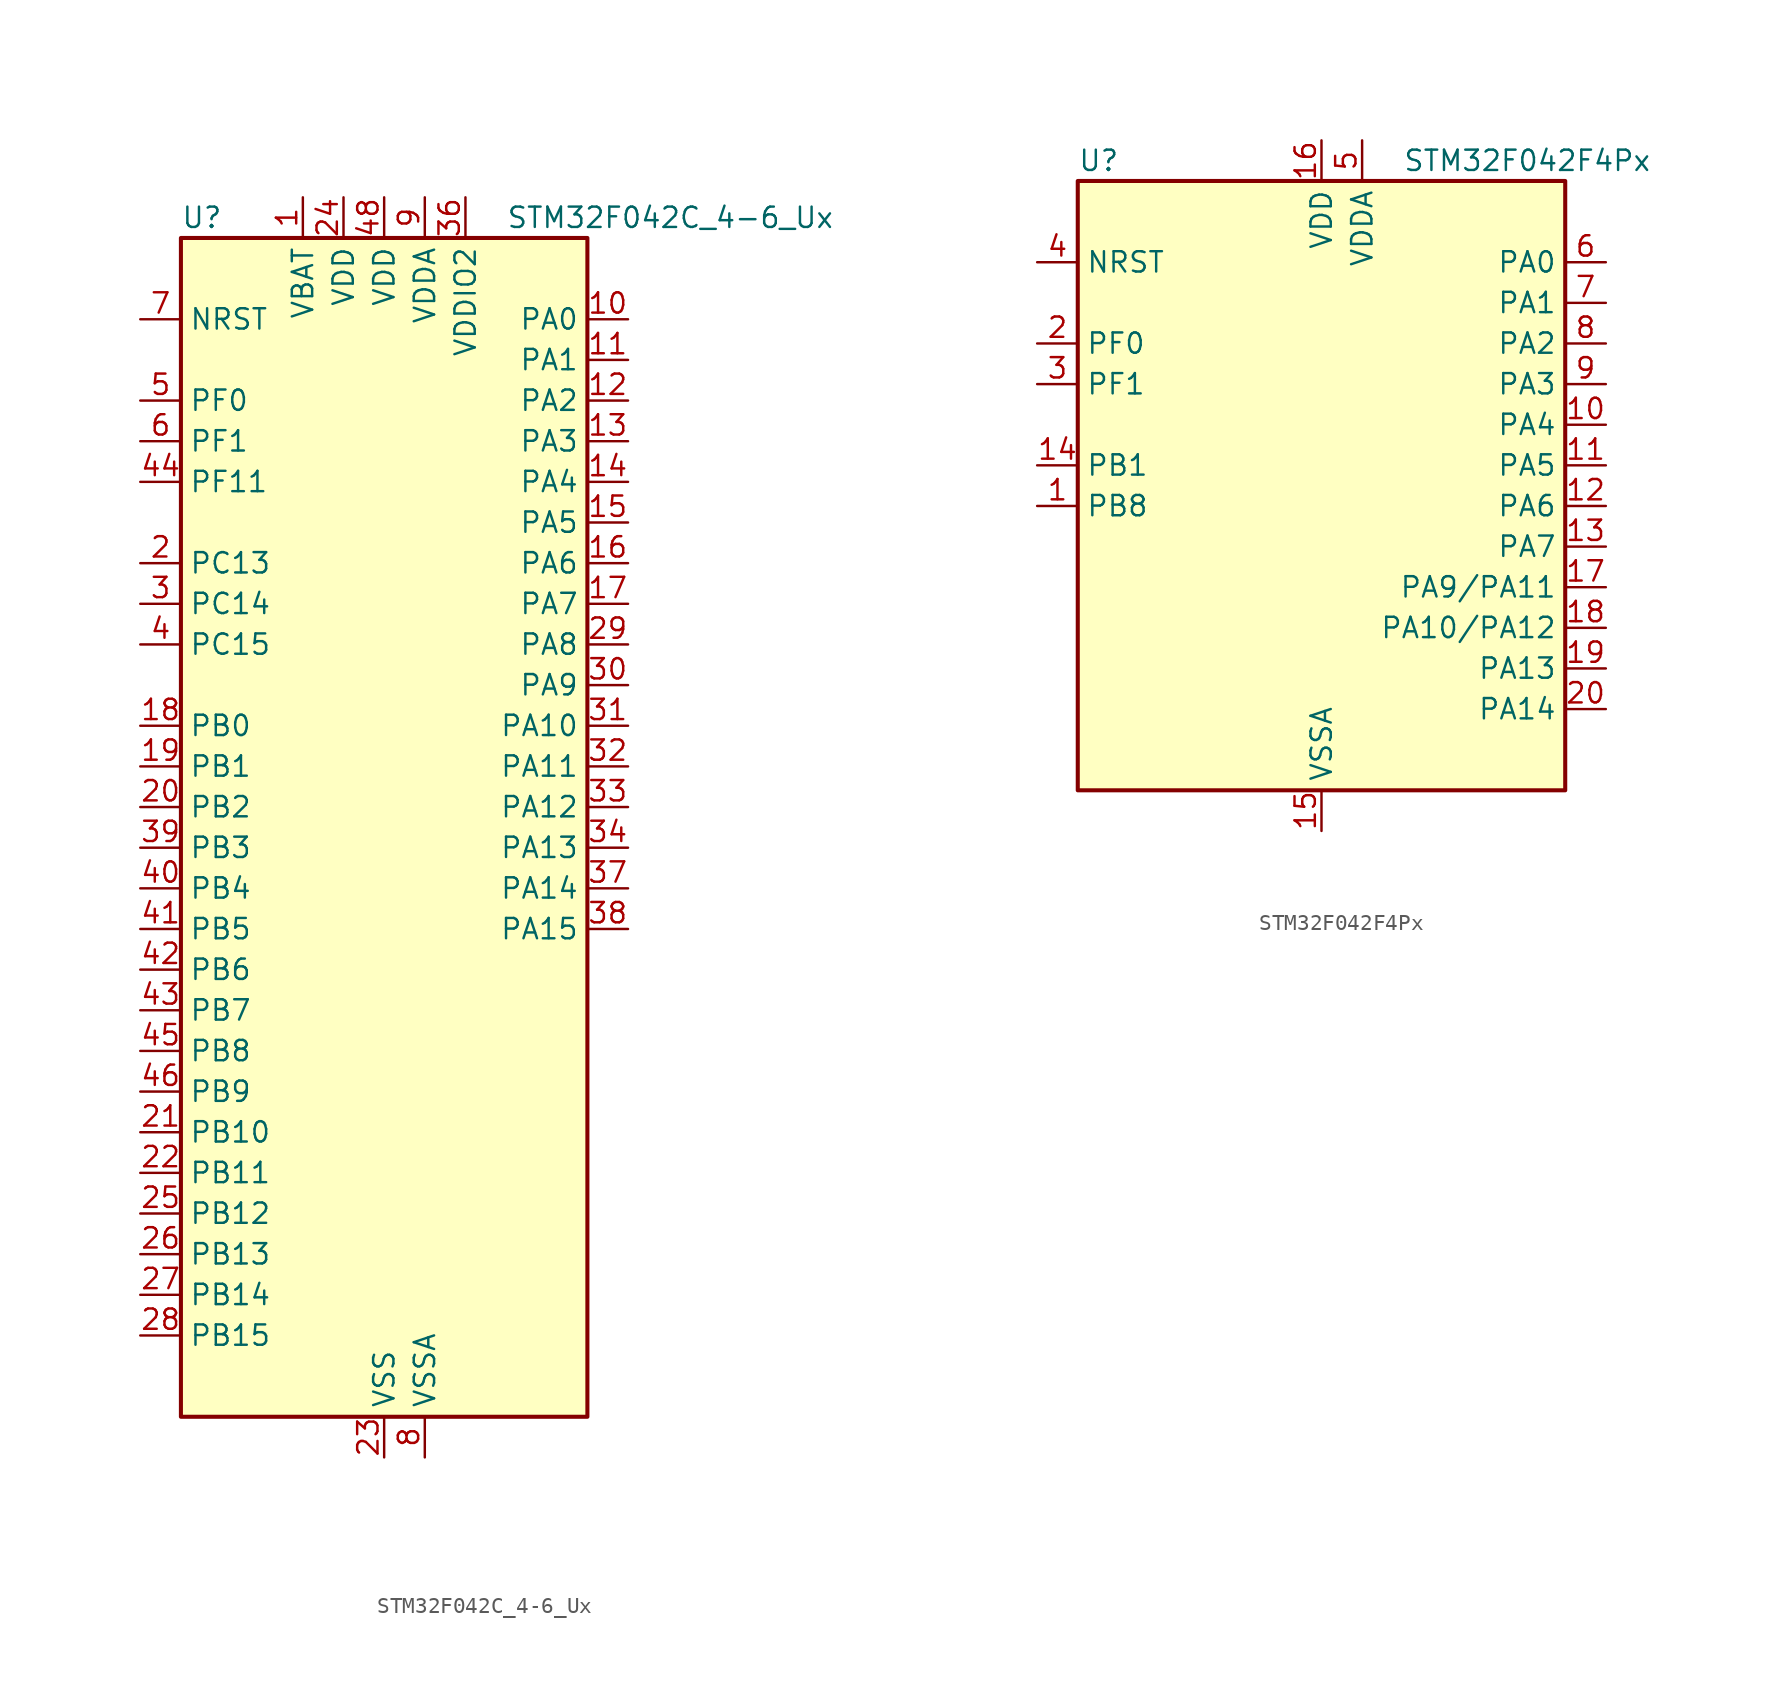
<source format=kicad_sym>
(kicad_symbol_lib
  (version 20241209)
  (generator "kicad_symbol_editor")
  (generator_version "9.0")
  (symbol "STM32F042C_4-6_Ux"
    (property "Reference" "U"
      (at -12.7 39.37 0)
      (effects (font (size 1.27 1.27)) (justify left)))
    (property "Value" "STM32F042C_4-6_Ux"
      (at 7.62 39.37 0)
      (effects (font (size 1.27 1.27)) (justify left)))
    (symbol "STM32F042C_4-6_Ux_0_1"
      (rectangle (start -12.7 -35.56) (end 12.7 38.1) (stroke (width 0.254) (type default)) (fill (type background))))
    (symbol "STM32F042C_4-6_Ux_1_1"
      (pin input line (at -15.24 33.02 0) (length 2.54) (name "NRST" (effects (font (size 1.27 1.27)))) (number "7" (effects (font (size 1.27 1.27)))))
      (pin bidirectional line (at -15.24 27.94 0) (length 2.54) (name "PF0" (effects (font (size 1.27 1.27)))) (number "5" (effects (font (size 1.27 1.27)))) (alternate "CRS_SYNC" bidirectional line) (alternate "I2C1_SDA" bidirectional line) (alternate "RCC_OSC_IN" bidirectional line))
      (pin bidirectional line (at -15.24 25.4 0) (length 2.54) (name "PF1" (effects (font (size 1.27 1.27)))) (number "6" (effects (font (size 1.27 1.27)))) (alternate "I2C1_SCL" bidirectional line) (alternate "RCC_OSC_OUT" bidirectional line))
      (pin bidirectional line (at -15.24 22.86 0) (length 2.54) (name "PF11" (effects (font (size 1.27 1.27)))) (number "44" (effects (font (size 1.27 1.27)))))
      (pin bidirectional line (at -15.24 17.78 0) (length 2.54) (name "PC13" (effects (font (size 1.27 1.27)))) (number "2" (effects (font (size 1.27 1.27)))) (alternate "RTC_OUT_ALARM" bidirectional line) (alternate "RTC_OUT_CALIB" bidirectional line) (alternate "RTC_TAMP1" bidirectional line) (alternate "RTC_TS" bidirectional line) (alternate "SYS_WKUP2" bidirectional line))
      (pin bidirectional line (at -15.24 15.24 0) (length 2.54) (name "PC14" (effects (font (size 1.27 1.27)))) (number "3" (effects (font (size 1.27 1.27)))) (alternate "RCC_OSC32_IN" bidirectional line))
      (pin bidirectional line (at -15.24 12.7 0) (length 2.54) (name "PC15" (effects (font (size 1.27 1.27)))) (number "4" (effects (font (size 1.27 1.27)))) (alternate "RCC_OSC32_OUT" bidirectional line))
      (pin bidirectional line (at -15.24 7.62 0) (length 2.54) (name "PB0" (effects (font (size 1.27 1.27)))) (number "18" (effects (font (size 1.27 1.27)))) (alternate "ADC_IN8" bidirectional line) (alternate "TIM1_CH2N" bidirectional line) (alternate "TIM3_CH3" bidirectional line) (alternate "TSC_G3_IO2" bidirectional line))
      (pin bidirectional line (at -15.24 5.08 0) (length 2.54) (name "PB1" (effects (font (size 1.27 1.27)))) (number "19" (effects (font (size 1.27 1.27)))) (alternate "ADC_IN9" bidirectional line) (alternate "TIM14_CH1" bidirectional line) (alternate "TIM1_CH3N" bidirectional line) (alternate "TIM3_CH4" bidirectional line) (alternate "TSC_G3_IO3" bidirectional line))
      (pin bidirectional line (at -15.24 2.54 0) (length 2.54) (name "PB2" (effects (font (size 1.27 1.27)))) (number "20" (effects (font (size 1.27 1.27)))) (alternate "TSC_G3_IO4" bidirectional line))
      (pin bidirectional line (at -15.24 0 0) (length 2.54) (name "PB3" (effects (font (size 1.27 1.27)))) (number "39" (effects (font (size 1.27 1.27)))) (alternate "I2S1_CK" bidirectional line) (alternate "SPI1_SCK" bidirectional line) (alternate "TIM2_CH2" bidirectional line) (alternate "TSC_G5_IO1" bidirectional line))
      (pin bidirectional line (at -15.24 -2.54 0) (length 2.54) (name "PB4" (effects (font (size 1.27 1.27)))) (number "40" (effects (font (size 1.27 1.27)))) (alternate "I2S1_MCK" bidirectional line) (alternate "SPI1_MISO" bidirectional line) (alternate "TIM17_BKIN" bidirectional line) (alternate "TIM3_CH1" bidirectional line) (alternate "TSC_G5_IO2" bidirectional line))
      (pin bidirectional line (at -15.24 -5.08 0) (length 2.54) (name "PB5" (effects (font (size 1.27 1.27)))) (number "41" (effects (font (size 1.27 1.27)))) (alternate "I2C1_SMBA" bidirectional line) (alternate "I2S1_SD" bidirectional line) (alternate "SPI1_MOSI" bidirectional line) (alternate "SYS_WKUP6" bidirectional line) (alternate "TIM16_BKIN" bidirectional line) (alternate "TIM3_CH2" bidirectional line))
      (pin bidirectional line (at -15.24 -7.62 0) (length 2.54) (name "PB6" (effects (font (size 1.27 1.27)))) (number "42" (effects (font (size 1.27 1.27)))) (alternate "I2C1_SCL" bidirectional line) (alternate "TIM16_CH1N" bidirectional line) (alternate "TSC_G5_IO3" bidirectional line) (alternate "USART1_TX" bidirectional line))
      (pin bidirectional line (at -15.24 -10.16 0) (length 2.54) (name "PB7" (effects (font (size 1.27 1.27)))) (number "43" (effects (font (size 1.27 1.27)))) (alternate "I2C1_SDA" bidirectional line) (alternate "TIM17_CH1N" bidirectional line) (alternate "TSC_G5_IO4" bidirectional line) (alternate "USART1_RX" bidirectional line))
      (pin bidirectional line (at -15.24 -12.7 0) (length 2.54) (name "PB8" (effects (font (size 1.27 1.27)))) (number "45" (effects (font (size 1.27 1.27)))) (alternate "CAN_RX" bidirectional line) (alternate "CEC" bidirectional line) (alternate "I2C1_SCL" bidirectional line) (alternate "TIM16_CH1" bidirectional line) (alternate "TSC_SYNC" bidirectional line))
      (pin bidirectional line (at -15.24 -15.24 0) (length 2.54) (name "PB9" (effects (font (size 1.27 1.27)))) (number "46" (effects (font (size 1.27 1.27)))) (alternate "CAN_TX" bidirectional line) (alternate "I2C1_SDA" bidirectional line) (alternate "IR_OUT" bidirectional line) (alternate "SPI2_NSS" bidirectional line) (alternate "TIM17_CH1" bidirectional line))
      (pin bidirectional line (at -15.24 -17.78 0) (length 2.54) (name "PB10" (effects (font (size 1.27 1.27)))) (number "21" (effects (font (size 1.27 1.27)))) (alternate "CEC" bidirectional line) (alternate "I2C1_SCL" bidirectional line) (alternate "SPI2_SCK" bidirectional line) (alternate "TIM2_CH3" bidirectional line) (alternate "TSC_SYNC" bidirectional line))
      (pin bidirectional line (at -15.24 -20.32 0) (length 2.54) (name "PB11" (effects (font (size 1.27 1.27)))) (number "22" (effects (font (size 1.27 1.27)))) (alternate "I2C1_SDA" bidirectional line) (alternate "TIM2_CH4" bidirectional line))
      (pin bidirectional line (at -15.24 -22.86 0) (length 2.54) (name "PB12" (effects (font (size 1.27 1.27)))) (number "25" (effects (font (size 1.27 1.27)))) (alternate "SPI2_NSS" bidirectional line) (alternate "TIM1_BKIN" bidirectional line))
      (pin bidirectional line (at -15.24 -25.4 0) (length 2.54) (name "PB13" (effects (font (size 1.27 1.27)))) (number "26" (effects (font (size 1.27 1.27)))) (alternate "I2C1_SCL" bidirectional line) (alternate "SPI2_SCK" bidirectional line) (alternate "TIM1_CH1N" bidirectional line))
      (pin bidirectional line (at -15.24 -27.94 0) (length 2.54) (name "PB14" (effects (font (size 1.27 1.27)))) (number "27" (effects (font (size 1.27 1.27)))) (alternate "I2C1_SDA" bidirectional line) (alternate "SPI2_MISO" bidirectional line) (alternate "TIM1_CH2N" bidirectional line))
      (pin bidirectional line (at -15.24 -30.48 0) (length 2.54) (name "PB15" (effects (font (size 1.27 1.27)))) (number "28" (effects (font (size 1.27 1.27)))) (alternate "RTC_REFIN" bidirectional line) (alternate "SPI2_MOSI" bidirectional line) (alternate "SYS_WKUP7" bidirectional line) (alternate "TIM1_CH3N" bidirectional line))
      (pin power_in line (at -5.08 40.64 270) (length 2.54) (name "VBAT" (effects (font (size 1.27 1.27)))) (number "1" (effects (font (size 1.27 1.27)))))
      (pin power_in line (at -2.54 40.64 270) (length 2.54) (name "VDD" (effects (font (size 1.27 1.27)))) (number "24" (effects (font (size 1.27 1.27)))))
      (pin power_in line (at 0 40.64 270) (length 2.54) (name "VDD" (effects (font (size 1.27 1.27)))) (number "48" (effects (font (size 1.27 1.27)))))
      (pin power_in line (at 0 -38.1 90) (length 2.54) (name "VSS" (effects (font (size 1.27 1.27)))) (number "23" (effects (font (size 1.27 1.27)))))
      (pin passive line (at 0 -38.1 90) (length 2.54) (hide yes) (name "VSS" (effects (font (size 1.27 1.27)))) (number "35" (effects (font (size 1.27 1.27)))))
      (pin passive line (at 0 -38.1 90) (length 2.54) (hide yes) (name "VSS" (effects (font (size 1.27 1.27)))) (number "47" (effects (font (size 1.27 1.27)))))
      (pin passive line (at 0 -38.1 90) (length 2.54) (hide yes) (name "VSS" (effects (font (size 1.27 1.27)))) (number "49" (effects (font (size 1.27 1.27)))))
      (pin power_in line (at 2.54 40.64 270) (length 2.54) (name "VDDA" (effects (font (size 1.27 1.27)))) (number "9" (effects (font (size 1.27 1.27)))))
      (pin power_in line (at 2.54 -38.1 90) (length 2.54) (name "VSSA" (effects (font (size 1.27 1.27)))) (number "8" (effects (font (size 1.27 1.27)))))
      (pin power_in line (at 5.08 40.64 270) (length 2.54) (name "VDDIO2" (effects (font (size 1.27 1.27)))) (number "36" (effects (font (size 1.27 1.27)))))
      (pin bidirectional line (at 15.24 33.02 180) (length 2.54) (name "PA0" (effects (font (size 1.27 1.27)))) (number "10" (effects (font (size 1.27 1.27)))) (alternate "ADC_IN0" bidirectional line) (alternate "RTC_TAMP2" bidirectional line) (alternate "SYS_WKUP1" bidirectional line) (alternate "TIM2_CH1" bidirectional line) (alternate "TIM2_ETR" bidirectional line) (alternate "TSC_G1_IO1" bidirectional line) (alternate "USART2_CTS" bidirectional line))
      (pin bidirectional line (at 15.24 30.48 180) (length 2.54) (name "PA1" (effects (font (size 1.27 1.27)))) (number "11" (effects (font (size 1.27 1.27)))) (alternate "ADC_IN1" bidirectional line) (alternate "TIM2_CH2" bidirectional line) (alternate "TSC_G1_IO2" bidirectional line) (alternate "USART2_DE" bidirectional line) (alternate "USART2_RTS" bidirectional line))
      (pin bidirectional line (at 15.24 27.94 180) (length 2.54) (name "PA2" (effects (font (size 1.27 1.27)))) (number "12" (effects (font (size 1.27 1.27)))) (alternate "ADC_IN2" bidirectional line) (alternate "SYS_WKUP4" bidirectional line) (alternate "TIM2_CH3" bidirectional line) (alternate "TSC_G1_IO3" bidirectional line) (alternate "USART2_TX" bidirectional line))
      (pin bidirectional line (at 15.24 25.4 180) (length 2.54) (name "PA3" (effects (font (size 1.27 1.27)))) (number "13" (effects (font (size 1.27 1.27)))) (alternate "ADC_IN3" bidirectional line) (alternate "TIM2_CH4" bidirectional line) (alternate "TSC_G1_IO4" bidirectional line) (alternate "USART2_RX" bidirectional line))
      (pin bidirectional line (at 15.24 22.86 180) (length 2.54) (name "PA4" (effects (font (size 1.27 1.27)))) (number "14" (effects (font (size 1.27 1.27)))) (alternate "ADC_IN4" bidirectional line) (alternate "I2S1_WS" bidirectional line) (alternate "SPI1_NSS" bidirectional line) (alternate "TIM14_CH1" bidirectional line) (alternate "TSC_G2_IO1" bidirectional line) (alternate "USART2_CK" bidirectional line) (alternate "USB_NOE" bidirectional line))
      (pin bidirectional line (at 15.24 20.32 180) (length 2.54) (name "PA5" (effects (font (size 1.27 1.27)))) (number "15" (effects (font (size 1.27 1.27)))) (alternate "ADC_IN5" bidirectional line) (alternate "CEC" bidirectional line) (alternate "I2S1_CK" bidirectional line) (alternate "SPI1_SCK" bidirectional line) (alternate "TIM2_CH1" bidirectional line) (alternate "TIM2_ETR" bidirectional line) (alternate "TSC_G2_IO2" bidirectional line))
      (pin bidirectional line (at 15.24 17.78 180) (length 2.54) (name "PA6" (effects (font (size 1.27 1.27)))) (number "16" (effects (font (size 1.27 1.27)))) (alternate "ADC_IN6" bidirectional line) (alternate "I2S1_MCK" bidirectional line) (alternate "SPI1_MISO" bidirectional line) (alternate "TIM16_CH1" bidirectional line) (alternate "TIM1_BKIN" bidirectional line) (alternate "TIM3_CH1" bidirectional line) (alternate "TSC_G2_IO3" bidirectional line))
      (pin bidirectional line (at 15.24 15.24 180) (length 2.54) (name "PA7" (effects (font (size 1.27 1.27)))) (number "17" (effects (font (size 1.27 1.27)))) (alternate "ADC_IN7" bidirectional line) (alternate "I2S1_SD" bidirectional line) (alternate "SPI1_MOSI" bidirectional line) (alternate "TIM14_CH1" bidirectional line) (alternate "TIM17_CH1" bidirectional line) (alternate "TIM1_CH1N" bidirectional line) (alternate "TIM3_CH2" bidirectional line) (alternate "TSC_G2_IO4" bidirectional line))
      (pin bidirectional line (at 15.24 12.7 180) (length 2.54) (name "PA8" (effects (font (size 1.27 1.27)))) (number "29" (effects (font (size 1.27 1.27)))) (alternate "CRS_SYNC" bidirectional line) (alternate "RCC_MCO" bidirectional line) (alternate "TIM1_CH1" bidirectional line) (alternate "USART1_CK" bidirectional line))
      (pin bidirectional line (at 15.24 10.16 180) (length 2.54) (name "PA9" (effects (font (size 1.27 1.27)))) (number "30" (effects (font (size 1.27 1.27)))) (alternate "I2C1_SCL" bidirectional line) (alternate "TIM1_CH2" bidirectional line) (alternate "TSC_G4_IO1" bidirectional line) (alternate "USART1_TX" bidirectional line))
      (pin bidirectional line (at 15.24 7.62 180) (length 2.54) (name "PA10" (effects (font (size 1.27 1.27)))) (number "31" (effects (font (size 1.27 1.27)))) (alternate "I2C1_SDA" bidirectional line) (alternate "TIM17_BKIN" bidirectional line) (alternate "TIM1_CH3" bidirectional line) (alternate "TSC_G4_IO2" bidirectional line) (alternate "USART1_RX" bidirectional line))
      (pin bidirectional line (at 15.24 5.08 180) (length 2.54) (name "PA11" (effects (font (size 1.27 1.27)))) (number "32" (effects (font (size 1.27 1.27)))) (alternate "CAN_RX" bidirectional line) (alternate "I2C1_SCL" bidirectional line) (alternate "TIM1_CH4" bidirectional line) (alternate "TSC_G4_IO3" bidirectional line) (alternate "USART1_CTS" bidirectional line) (alternate "USB_DM" bidirectional line))
      (pin bidirectional line (at 15.24 2.54 180) (length 2.54) (name "PA12" (effects (font (size 1.27 1.27)))) (number "33" (effects (font (size 1.27 1.27)))) (alternate "CAN_TX" bidirectional line) (alternate "I2C1_SDA" bidirectional line) (alternate "TIM1_ETR" bidirectional line) (alternate "TSC_G4_IO4" bidirectional line) (alternate "USART1_DE" bidirectional line) (alternate "USART1_RTS" bidirectional line) (alternate "USB_DP" bidirectional line))
      (pin bidirectional line (at 15.24 0 180) (length 2.54) (name "PA13" (effects (font (size 1.27 1.27)))) (number "34" (effects (font (size 1.27 1.27)))) (alternate "IR_OUT" bidirectional line) (alternate "SYS_SWDIO" bidirectional line) (alternate "USB_NOE" bidirectional line))
      (pin bidirectional line (at 15.24 -2.54 180) (length 2.54) (name "PA14" (effects (font (size 1.27 1.27)))) (number "37" (effects (font (size 1.27 1.27)))) (alternate "SYS_SWCLK" bidirectional line) (alternate "USART2_TX" bidirectional line))
      (pin bidirectional line (at 15.24 -5.08 180) (length 2.54) (name "PA15" (effects (font (size 1.27 1.27)))) (number "38" (effects (font (size 1.27 1.27)))) (alternate "I2S1_WS" bidirectional line) (alternate "SPI1_NSS" bidirectional line) (alternate "TIM2_CH1" bidirectional line) (alternate "TIM2_ETR" bidirectional line) (alternate "USART2_RX" bidirectional line) (alternate "USB_NOE" bidirectional line))))
  (symbol "STM32F042F4Px"
    (property "Reference" "U"
      (at -15.24 21.59 0)
      (effects (font (size 1.27 1.27)) (justify left)))
    (property "Value" "STM32F042F4Px"
      (at 5.08 21.59 0)
      (effects (font (size 1.27 1.27)) (justify left)))
    (symbol "STM32F042F4Px_0_1"
      (rectangle (start -15.24 -17.78) (end 15.24 20.32) (stroke (width 0.254) (type default)) (fill (type background))))
    (symbol "STM32F042F4Px_1_1"
      (pin input line (at -17.78 15.24 0) (length 2.54) (name "NRST" (effects (font (size 1.27 1.27)))) (number "4" (effects (font (size 1.27 1.27)))))
      (pin bidirectional line (at -17.78 10.16 0) (length 2.54) (name "PF0" (effects (font (size 1.27 1.27)))) (number "2" (effects (font (size 1.27 1.27)))) (alternate "CRS_SYNC" bidirectional line) (alternate "I2C1_SDA" bidirectional line) (alternate "RCC_OSC_IN" bidirectional line))
      (pin bidirectional line (at -17.78 7.62 0) (length 2.54) (name "PF1" (effects (font (size 1.27 1.27)))) (number "3" (effects (font (size 1.27 1.27)))) (alternate "I2C1_SCL" bidirectional line) (alternate "RCC_OSC_OUT" bidirectional line))
      (pin bidirectional line (at -17.78 2.54 0) (length 2.54) (name "PB1" (effects (font (size 1.27 1.27)))) (number "14" (effects (font (size 1.27 1.27)))) (alternate "ADC_IN9" bidirectional line) (alternate "TIM14_CH1" bidirectional line) (alternate "TIM1_CH3N" bidirectional line) (alternate "TIM3_CH4" bidirectional line))
      (pin bidirectional line (at -17.78 0 0) (length 2.54) (name "PB8" (effects (font (size 1.27 1.27)))) (number "1" (effects (font (size 1.27 1.27)))) (alternate "CAN_RX" bidirectional line) (alternate "CEC" bidirectional line) (alternate "I2C1_SCL" bidirectional line) (alternate "TIM16_CH1" bidirectional line) (alternate "TSC_SYNC" bidirectional line))
      (pin power_in line (at 0 22.86 270) (length 2.54) (name "VDD" (effects (font (size 1.27 1.27)))) (number "16" (effects (font (size 1.27 1.27)))))
      (pin power_in line (at 0 -20.32 90) (length 2.54) (name "VSSA" (effects (font (size 1.27 1.27)))) (number "15" (effects (font (size 1.27 1.27)))))
      (pin power_in line (at 2.54 22.86 270) (length 2.54) (name "VDDA" (effects (font (size 1.27 1.27)))) (number "5" (effects (font (size 1.27 1.27)))))
      (pin bidirectional line (at 17.78 15.24 180) (length 2.54) (name "PA0" (effects (font (size 1.27 1.27)))) (number "6" (effects (font (size 1.27 1.27)))) (alternate "ADC_IN0" bidirectional line) (alternate "RTC_TAMP2" bidirectional line) (alternate "SYS_WKUP1" bidirectional line) (alternate "TIM2_CH1" bidirectional line) (alternate "TIM2_ETR" bidirectional line) (alternate "TSC_G1_IO1" bidirectional line) (alternate "USART2_CTS" bidirectional line))
      (pin bidirectional line (at 17.78 12.7 180) (length 2.54) (name "PA1" (effects (font (size 1.27 1.27)))) (number "7" (effects (font (size 1.27 1.27)))) (alternate "ADC_IN1" bidirectional line) (alternate "TIM2_CH2" bidirectional line) (alternate "TSC_G1_IO2" bidirectional line) (alternate "USART2_DE" bidirectional line) (alternate "USART2_RTS" bidirectional line))
      (pin bidirectional line (at 17.78 10.16 180) (length 2.54) (name "PA2" (effects (font (size 1.27 1.27)))) (number "8" (effects (font (size 1.27 1.27)))) (alternate "ADC_IN2" bidirectional line) (alternate "SYS_WKUP4" bidirectional line) (alternate "TIM2_CH3" bidirectional line) (alternate "TSC_G1_IO3" bidirectional line) (alternate "USART2_TX" bidirectional line))
      (pin bidirectional line (at 17.78 7.62 180) (length 2.54) (name "PA3" (effects (font (size 1.27 1.27)))) (number "9" (effects (font (size 1.27 1.27)))) (alternate "ADC_IN3" bidirectional line) (alternate "TIM2_CH4" bidirectional line) (alternate "TSC_G1_IO4" bidirectional line) (alternate "USART2_RX" bidirectional line))
      (pin bidirectional line (at 17.78 5.08 180) (length 2.54) (name "PA4" (effects (font (size 1.27 1.27)))) (number "10" (effects (font (size 1.27 1.27)))) (alternate "ADC_IN4" bidirectional line) (alternate "I2S1_WS" bidirectional line) (alternate "SPI1_NSS" bidirectional line) (alternate "TIM14_CH1" bidirectional line) (alternate "TSC_G2_IO1" bidirectional line) (alternate "USART2_CK" bidirectional line) (alternate "USB_NOE" bidirectional line))
      (pin bidirectional line (at 17.78 2.54 180) (length 2.54) (name "PA5" (effects (font (size 1.27 1.27)))) (number "11" (effects (font (size 1.27 1.27)))) (alternate "ADC_IN5" bidirectional line) (alternate "CEC" bidirectional line) (alternate "I2S1_CK" bidirectional line) (alternate "SPI1_SCK" bidirectional line) (alternate "TIM2_CH1" bidirectional line) (alternate "TIM2_ETR" bidirectional line) (alternate "TSC_G2_IO2" bidirectional line))
      (pin bidirectional line (at 17.78 0 180) (length 2.54) (name "PA6" (effects (font (size 1.27 1.27)))) (number "12" (effects (font (size 1.27 1.27)))) (alternate "ADC_IN6" bidirectional line) (alternate "I2S1_MCK" bidirectional line) (alternate "SPI1_MISO" bidirectional line) (alternate "TIM16_CH1" bidirectional line) (alternate "TIM1_BKIN" bidirectional line) (alternate "TIM3_CH1" bidirectional line) (alternate "TSC_G2_IO3" bidirectional line))
      (pin bidirectional line (at 17.78 -2.54 180) (length 2.54) (name "PA7" (effects (font (size 1.27 1.27)))) (number "13" (effects (font (size 1.27 1.27)))) (alternate "ADC_IN7" bidirectional line) (alternate "I2S1_SD" bidirectional line) (alternate "SPI1_MOSI" bidirectional line) (alternate "TIM14_CH1" bidirectional line) (alternate "TIM17_CH1" bidirectional line) (alternate "TIM1_CH1N" bidirectional line) (alternate "TIM3_CH2" bidirectional line) (alternate "TSC_G2_IO4" bidirectional line))
      (pin bidirectional line (at 17.78 -5.08 180) (length 2.54) (name "PA9/PA11" (effects (font (size 1.27 1.27)))) (number "17" (effects (font (size 1.27 1.27)))) (alternate "CAN_RX (PA11)" bidirectional line) (alternate "I2C1_SCL (PA11)" bidirectional line) (alternate "I2C1_SCL (PA9)" bidirectional line) (alternate "PA11" bidirectional line) (alternate "PA9" bidirectional line) (alternate "TIM1_CH2 (PA9)" bidirectional line) (alternate "TIM1_CH4 (PA11)" bidirectional line) (alternate "TSC_G4_IO1 (PA9)" bidirectional line) (alternate "TSC_G4_IO3 (PA11)" bidirectional line) (alternate "USART1_TX (PA9)" bidirectional line) (alternate "USB_DM (PA11)" bidirectional line))
      (pin bidirectional line (at 17.78 -7.62 180) (length 2.54) (name "PA10/PA12" (effects (font (size 1.27 1.27)))) (number "18" (effects (font (size 1.27 1.27)))) (alternate "CAN_TX (PA12)" bidirectional line) (alternate "I2C1_SDA (PA10)" bidirectional line) (alternate "PA10" bidirectional line) (alternate "PA12" bidirectional line) (alternate "TIM17_BKIN (PA10)" bidirectional line) (alternate "TIM1_CH3 (PA10)" bidirectional line) (alternate "TIM1_ETR (PA12)" bidirectional line) (alternate "TSC_G4_IO2 (PA10)" bidirectional line) (alternate "TSC_G4_IO4 (PA12)" bidirectional line) (alternate "USART1_RX (PA10)" bidirectional line) (alternate "USB_DP (PA12)" bidirectional line))
      (pin bidirectional line (at 17.78 -10.16 180) (length 2.54) (name "PA13" (effects (font (size 1.27 1.27)))) (number "19" (effects (font (size 1.27 1.27)))) (alternate "IR_OUT" bidirectional line) (alternate "SYS_SWDIO" bidirectional line) (alternate "USB_NOE" bidirectional line))
      (pin bidirectional line (at 17.78 -12.7 180) (length 2.54) (name "PA14" (effects (font (size 1.27 1.27)))) (number "20" (effects (font (size 1.27 1.27)))) (alternate "SYS_SWCLK" bidirectional line) (alternate "USART2_TX" bidirectional line)))))
</source>
